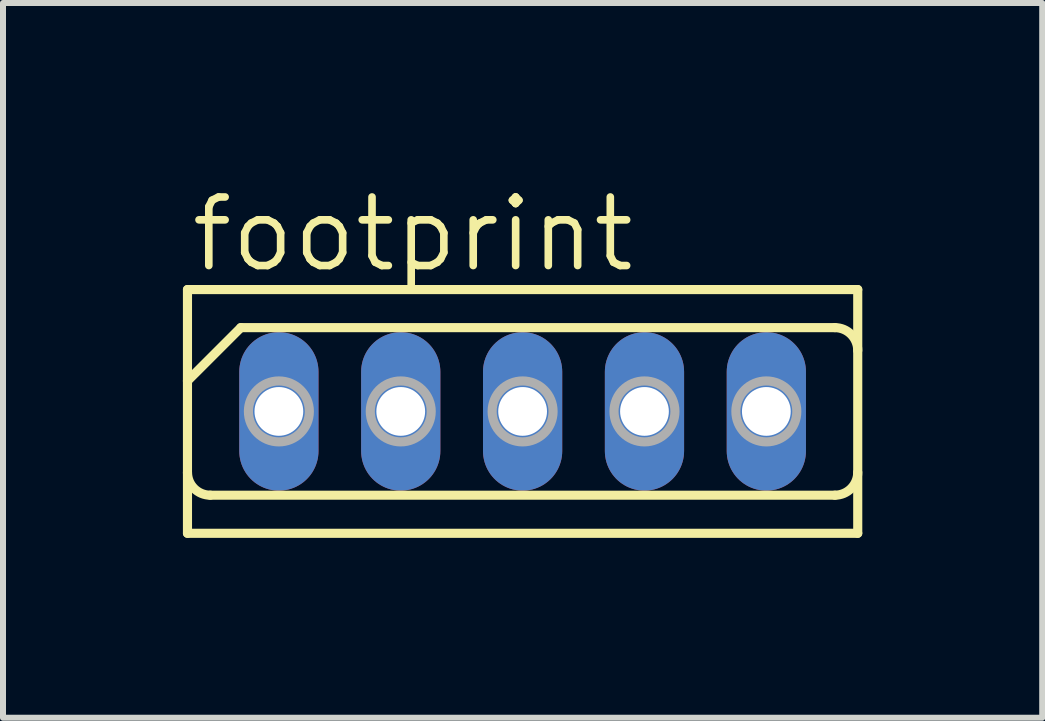
<source format=kicad_pcb>
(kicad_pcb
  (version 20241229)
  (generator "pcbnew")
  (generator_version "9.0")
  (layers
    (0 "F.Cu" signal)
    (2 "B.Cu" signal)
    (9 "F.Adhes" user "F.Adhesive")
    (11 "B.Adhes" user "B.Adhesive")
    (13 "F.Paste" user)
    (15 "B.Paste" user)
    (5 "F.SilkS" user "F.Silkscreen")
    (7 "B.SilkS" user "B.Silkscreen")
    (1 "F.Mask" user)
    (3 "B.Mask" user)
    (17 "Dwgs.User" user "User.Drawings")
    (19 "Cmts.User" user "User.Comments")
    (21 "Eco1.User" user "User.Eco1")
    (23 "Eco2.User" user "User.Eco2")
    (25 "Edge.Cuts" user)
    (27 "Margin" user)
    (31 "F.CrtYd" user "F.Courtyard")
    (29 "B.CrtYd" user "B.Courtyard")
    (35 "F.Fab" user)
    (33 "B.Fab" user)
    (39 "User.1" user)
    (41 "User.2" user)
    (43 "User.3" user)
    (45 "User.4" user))
  (footprint "footprint"
    (layer "F.Cu")
    (at 5.664 3.81)
    (property "Reference" "footprint" (at -5.588 -2.286 0) (layer "F.SilkS") (effects (font (size 1.143 1.143) (thickness 0.127)) (justify left bottom)))
    (fp_line (start -5.588 -2.032) (end -5.588 -0.508) (stroke (width 0.152) (type solid)) (layer "F.SilkS"))
    (fp_line (start -5.588 -2.032) (end 5.588 -2.032) (stroke (width 0.152) (type solid)) (layer "F.SilkS"))
    (fp_line (start -5.588 -0.508) (end -5.588 2.032) (stroke (width 0.152) (type solid)) (layer "F.SilkS"))
    (fp_line (start -5.588 -0.508) (end -4.699 -1.397) (stroke (width 0.152) (type solid)) (layer "F.SilkS"))
    (fp_line (start -5.207 1.397) (end 5.207 1.397) (stroke (width 0.152) (type solid)) (layer "F.SilkS"))
    (fp_line (start -4.699 -1.397) (end 5.207 -1.397) (stroke (width 0.152) (type solid)) (layer "F.SilkS"))
    (fp_line (start 5.588 2.032) (end -5.588 2.032) (stroke (width 0.152) (type solid)) (layer "F.SilkS"))
    (fp_line (start 5.588 2.032) (end 5.588 -2.032) (stroke (width 0.152) (type solid)) (layer "F.SilkS"))
    (fp_arc (start -5.207 1.397) (mid -5.476408 1.285408) (end -5.588 1.016) (stroke (width 0.1524) (type solid)) (layer "F.SilkS"))
    (fp_arc (start 5.207 -1.397) (mid 5.476408 -1.285408) (end 5.588 -1.016) (stroke (width 0.1524) (type solid)) (layer "F.SilkS"))
    (fp_arc (start 5.588 1.016) (mid 5.476408 1.285408) (end 5.207 1.397) (stroke (width 0.1524) (type solid)) (layer "F.SilkS"))
    (fp_circle (center -4.064 0) (end -3.556 0) (stroke (width 0.152) (type solid)) (fill no) (layer "F.Fab"))
    (fp_circle (center -2.032 0) (end -1.524 0) (stroke (width 0.152) (type solid)) (fill no) (layer "F.Fab"))
    (fp_circle (center 0 0) (end 0.508 0) (stroke (width 0.152) (type solid)) (fill no) (layer "F.Fab"))
    (fp_circle (center 2.032 0) (end 2.54 0) (stroke (width 0.152) (type solid)) (fill no) (layer "F.Fab"))
    (fp_circle (center 4.064 0) (end 4.572 0) (stroke (width 0.152) (type solid)) (fill no) (layer "F.Fab"))
    (pad "1" thru_hole oval (at -4.064 0 90) (size 2.642 1.321) (drill 0.813) (layers "*.Cu" "*.Mask"))
    (pad "2" thru_hole oval (at -2.032 0 90) (size 2.642 1.321) (drill 0.813) (layers "*.Cu" "*.Mask"))
    (pad "3" thru_hole oval (at 0 0 90) (size 2.642 1.321) (drill 0.813) (layers "*.Cu" "*.Mask"))
    (pad "4" thru_hole oval (at 2.032 0 90) (size 2.642 1.321) (drill 0.813) (layers "*.Cu" "*.Mask"))
    (pad "5" thru_hole oval (at 4.064 0 90) (size 2.642 1.321) (drill 0.813) (layers "*.Cu" "*.Mask")))
  (gr_rect
    (start -3 -3)
    (end 14.328 8.918)
    (stroke (width 0.1) (type default))
    (fill no)
    (layer "Edge.Cuts")))
</source>
